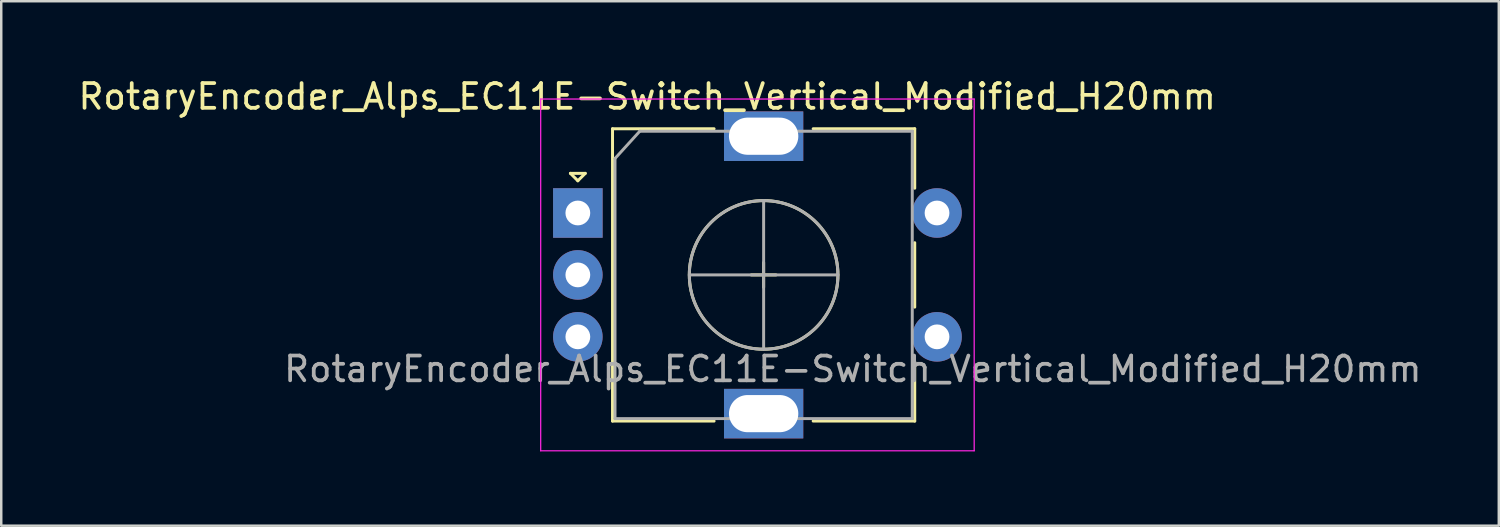
<source format=kicad_pcb>
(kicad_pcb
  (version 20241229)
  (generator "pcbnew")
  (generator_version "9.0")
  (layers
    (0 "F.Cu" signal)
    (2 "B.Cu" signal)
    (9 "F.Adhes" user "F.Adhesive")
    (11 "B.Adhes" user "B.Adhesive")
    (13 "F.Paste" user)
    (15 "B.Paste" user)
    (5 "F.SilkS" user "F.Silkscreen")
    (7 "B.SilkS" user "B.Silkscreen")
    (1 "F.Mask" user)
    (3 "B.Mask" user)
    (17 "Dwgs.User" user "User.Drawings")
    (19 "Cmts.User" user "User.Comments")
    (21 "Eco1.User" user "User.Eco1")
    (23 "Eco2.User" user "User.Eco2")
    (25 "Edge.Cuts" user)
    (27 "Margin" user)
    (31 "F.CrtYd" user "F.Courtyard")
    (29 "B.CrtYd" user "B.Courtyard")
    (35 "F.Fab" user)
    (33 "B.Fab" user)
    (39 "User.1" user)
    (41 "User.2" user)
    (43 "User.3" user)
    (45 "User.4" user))
  (footprint "RotaryEncoder_Alps_EC11E-Switch_Vertical_Modified_H20mm"
    (layer "F.Cu")
    (at 20.277 5.548)
    (property "Reference" "RotaryEncoder_Alps_EC11E-Switch_Vertical_Modified_H20mm" (at 2.8 -4.7 0) (layer "F.SilkS") (effects (font (size 1 1) (thickness 0.15))))
    (attr through_hole)
    (fp_line (start -0.3 -1.6) (end 0.3 -1.6) (stroke (width 0.12) (type solid)) (layer "F.SilkS"))
    (fp_line (start 0 -1.3) (end -0.3 -1.6) (stroke (width 0.12) (type solid)) (layer "F.SilkS"))
    (fp_line (start 0.3 -1.6) (end 0 -1.3) (stroke (width 0.12) (type solid)) (layer "F.SilkS"))
    (fp_line (start 1.4 -3.4) (end 1.4 8.4) (stroke (width 0.12) (type solid)) (layer "F.SilkS"))
    (fp_line (start 5.5 -3.4) (end 1.4 -3.4) (stroke (width 0.12) (type solid)) (layer "F.SilkS"))
    (fp_line (start 5.5 8.4) (end 1.4 8.4) (stroke (width 0.12) (type solid)) (layer "F.SilkS"))
    (fp_line (start 7 2.5) (end 8 2.5) (stroke (width 0.12) (type solid)) (layer "F.SilkS"))
    (fp_line (start 7.5 2) (end 7.5 3) (stroke (width 0.12) (type solid)) (layer "F.SilkS"))
    (fp_line (start 9.5 -3.4) (end 13.6 -3.4) (stroke (width 0.12) (type solid)) (layer "F.SilkS"))
    (fp_line (start 13.6 -3.4) (end 13.6 -1) (stroke (width 0.12) (type solid)) (layer "F.SilkS"))
    (fp_line (start 13.6 1.2) (end 13.6 3.8) (stroke (width 0.12) (type solid)) (layer "F.SilkS"))
    (fp_line (start 13.6 6) (end 13.6 8.4) (stroke (width 0.12) (type solid)) (layer "F.SilkS"))
    (fp_line (start 13.6 8.4) (end 9.5 8.4) (stroke (width 0.12) (type solid)) (layer "F.SilkS"))
    (fp_circle (center 7.5 2.5) (end 10.5 2.5) (stroke (width 0.12) (type solid)) (fill no) (layer "F.SilkS"))
    (fp_line (start -1.5 -4.6) (end -1.5 9.6) (stroke (width 0.05) (type solid)) (layer "F.CrtYd"))
    (fp_line (start -1.5 -4.6) (end 16 -4.6) (stroke (width 0.05) (type solid)) (layer "F.CrtYd"))
    (fp_line (start 16 9.6) (end -1.5 9.6) (stroke (width 0.05) (type solid)) (layer "F.CrtYd"))
    (fp_line (start 16 9.6) (end 16 -4.6) (stroke (width 0.05) (type solid)) (layer "F.CrtYd"))
    (fp_line (start 1.5 -2.2) (end 2.5 -3.3) (stroke (width 0.12) (type solid)) (layer "F.Fab"))
    (fp_line (start 1.5 8.3) (end 1.5 -2.2) (stroke (width 0.12) (type solid)) (layer "F.Fab"))
    (fp_line (start 2.5 -3.3) (end 13.5 -3.3) (stroke (width 0.12) (type solid)) (layer "F.Fab"))
    (fp_line (start 4.5 2.5) (end 10.5 2.5) (stroke (width 0.12) (type solid)) (layer "F.Fab"))
    (fp_line (start 7.5 -0.5) (end 7.5 5.5) (stroke (width 0.12) (type solid)) (layer "F.Fab"))
    (fp_line (start 13.5 -3.3) (end 13.5 8.3) (stroke (width 0.12) (type solid)) (layer "F.Fab"))
    (fp_line (start 13.5 8.3) (end 1.5 8.3) (stroke (width 0.12) (type solid)) (layer "F.Fab"))
    (fp_circle (center 7.5 2.5) (end 10.5 2.5) (stroke (width 0.12) (type solid)) (fill no) (layer "F.Fab"))
    (fp_text user "${REFERENCE}" (at 11.1 6.3 0) (layer "F.Fab") (effects (font (size 1 1) (thickness 0.15))))
    (pad "A" thru_hole circle (at 0 5) (size 2 2) (drill 1) (layers "*.Cu" "*.Mask"))
    (pad "B" thru_hole rect (at 0 0) (size 2 2) (drill 1) (layers "*.Cu" "*.Mask"))
    (pad "C" thru_hole circle (at 0 2.5) (size 2 2) (drill 1) (layers "*.Cu" "*.Mask"))
    (pad "MP" thru_hole rect (at 7.5 -3.1) (size 3.2 2) (drill oval 2.8 1.5) (layers "*.Cu" "*.Mask"))
    (pad "MP" thru_hole rect (at 7.5 8.1) (size 3.2 2) (drill oval 2.8 1.5) (layers "*.Cu" "*.Mask"))
    (pad "S1" thru_hole circle (at 14.5 5) (size 2 2) (drill 1) (layers "*.Cu" "*.Mask"))
    (pad "S2" thru_hole circle (at 14.5 0) (size 2 2) (drill 1) (layers "*.Cu" "*.Mask")))
  (gr_rect
    (start -3 -3)
    (end 57.455 18.173)
    (stroke (width 0.1) (type default))
    (fill no)
    (layer "Edge.Cuts")))
</source>
